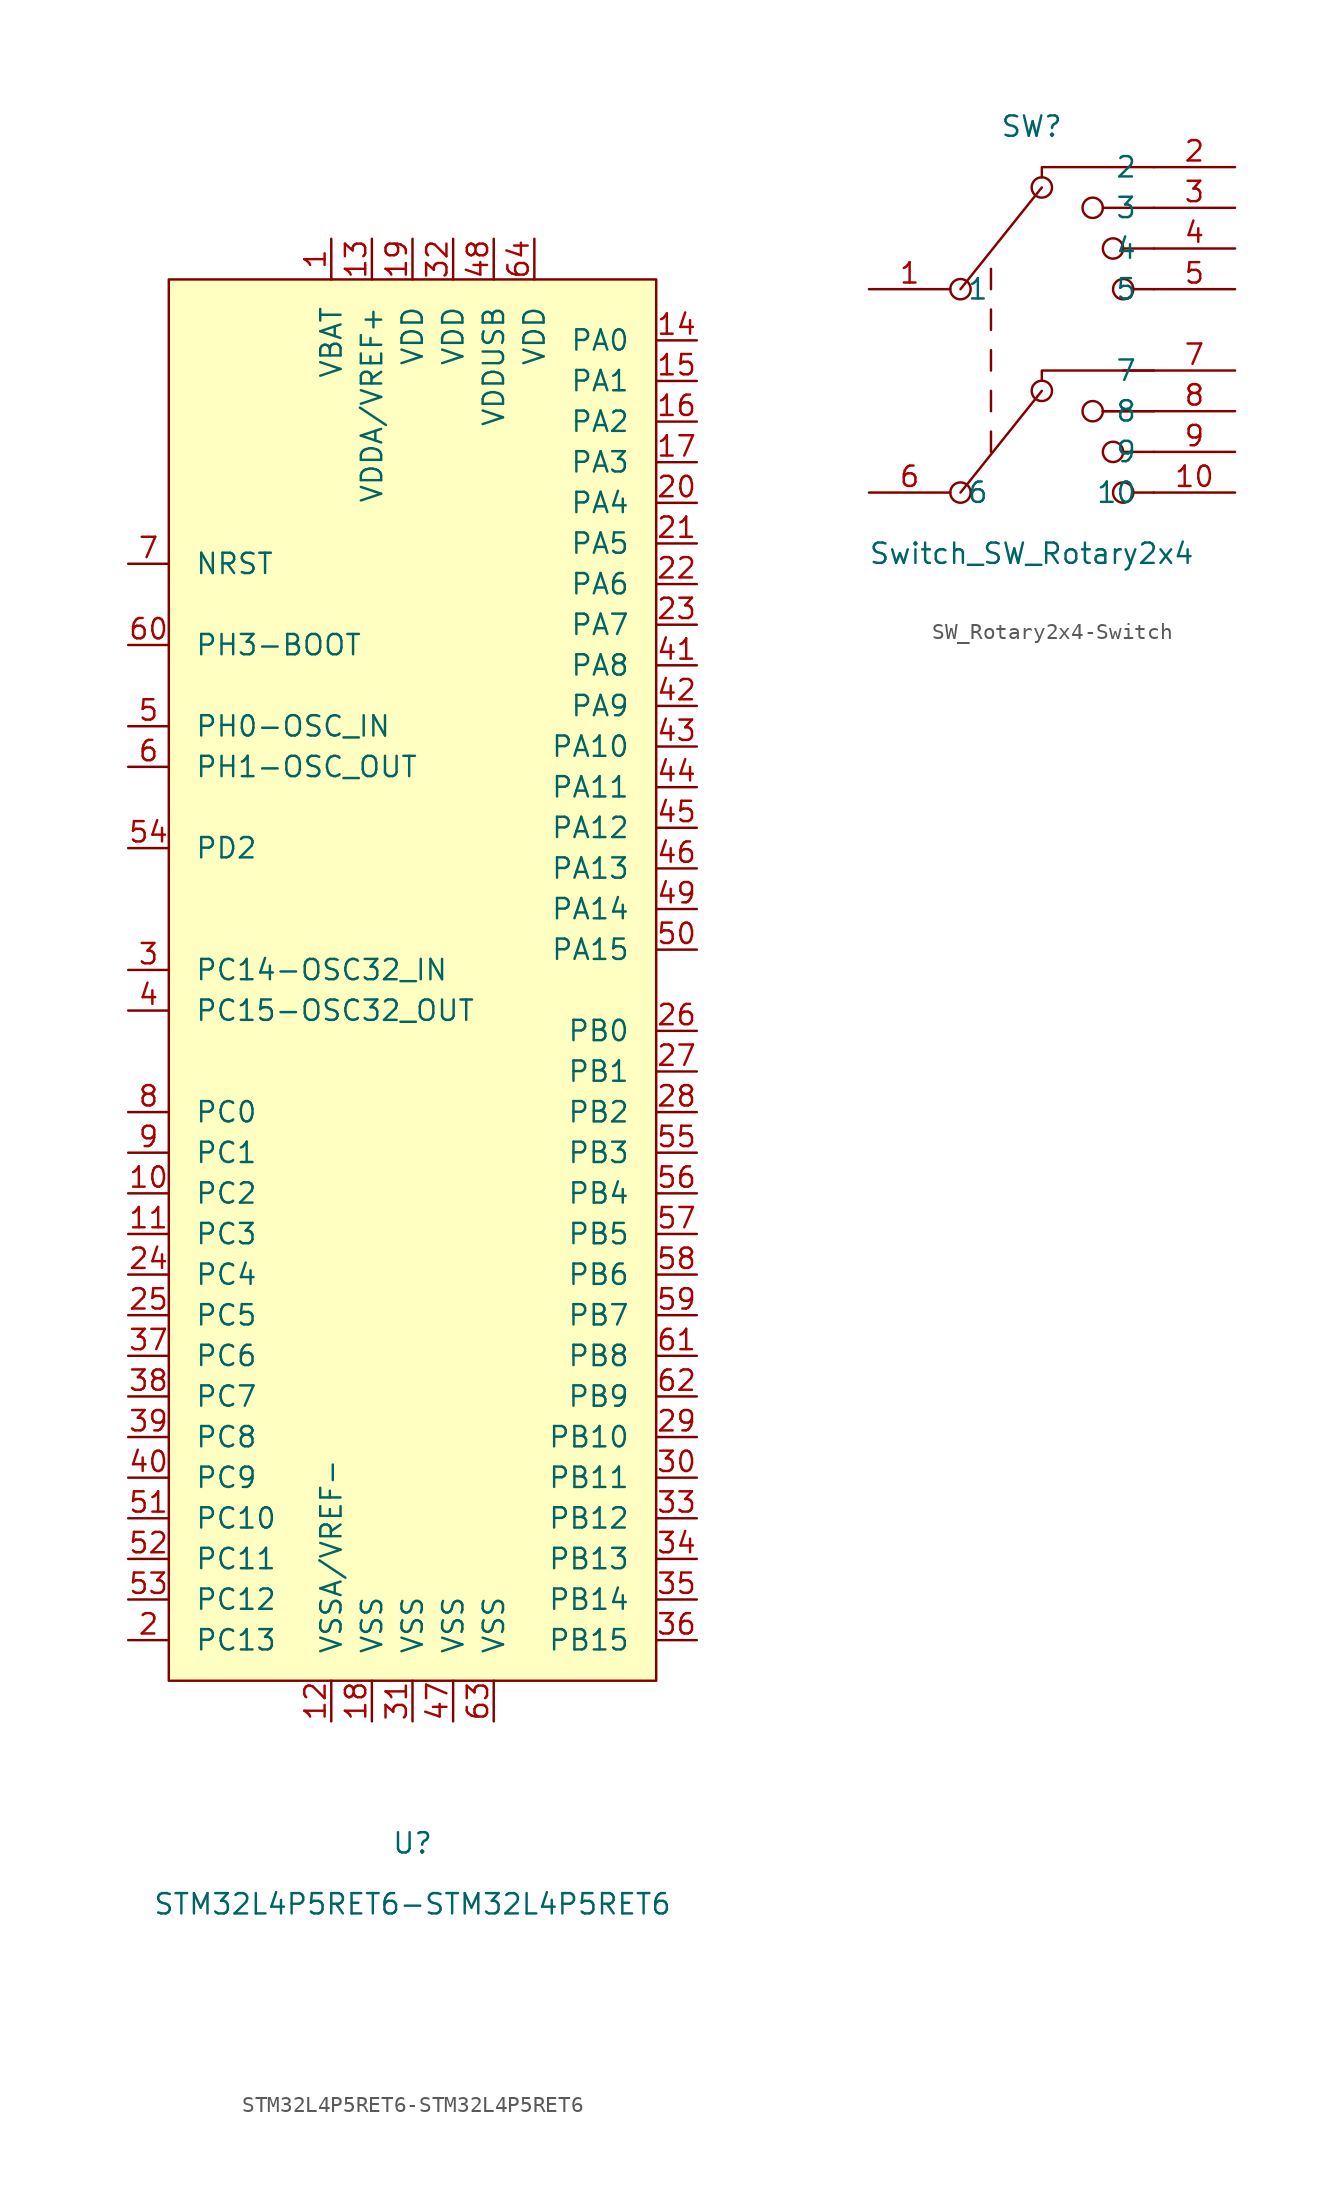
<source format=kicad_sym>
(kicad_symbol_lib
  (version 20220914)
  (generator kicad_symbol_editor)
  (symbol "STM32L4P5RET6-STM32L4P5RET6"
    (pin_names
      (offset 1.626))
    (property "Reference" "U"
      (at 0 -55.88 0)
      (effects (font (size 1.27 1.27))))
    (property "Value" "STM32L4P5RET6-STM32L4P5RET6"
      (at 0 -59.69 0)
      (effects (font (size 1.27 1.27))))
    (symbol "STM32L4P5RET6-STM32L4P5RET6_0_0"
      (pin unspecified line (at -5.08 44.45 270) (length 2.54) (name "VBAT" (effects (font (size 1.27 1.27)))) (number "1" (effects (font (size 1.27 1.27)))))
      (pin unspecified line (at -17.78 -15.24 0) (length 2.54) (name "PC2" (effects (font (size 1.27 1.27)))) (number "10" (effects (font (size 1.27 1.27)))))
      (pin unspecified line (at -17.78 -17.78 0) (length 2.54) (name "PC3" (effects (font (size 1.27 1.27)))) (number "11" (effects (font (size 1.27 1.27)))))
      (pin unspecified line (at -5.08 -48.26 90) (length 2.54) (name "VSSA/VREF-" (effects (font (size 1.27 1.27)))) (number "12" (effects (font (size 1.27 1.27)))))
      (pin unspecified line (at -2.54 44.45 270) (length 2.54) (name "VDDA/VREF+" (effects (font (size 1.27 1.27)))) (number "13" (effects (font (size 1.27 1.27)))))
      (pin unspecified line (at 17.78 38.1 180) (length 2.54) (name "PA0" (effects (font (size 1.27 1.27)))) (number "14" (effects (font (size 1.27 1.27)))))
      (pin unspecified line (at 17.78 35.56 180) (length 2.54) (name "PA1" (effects (font (size 1.27 1.27)))) (number "15" (effects (font (size 1.27 1.27)))))
      (pin unspecified line (at 17.78 33.02 180) (length 2.54) (name "PA2" (effects (font (size 1.27 1.27)))) (number "16" (effects (font (size 1.27 1.27)))))
      (pin unspecified line (at 17.78 30.48 180) (length 2.54) (name "PA3" (effects (font (size 1.27 1.27)))) (number "17" (effects (font (size 1.27 1.27)))))
      (pin unspecified line (at -2.54 -48.26 90) (length 2.54) (name "VSS" (effects (font (size 1.27 1.27)))) (number "18" (effects (font (size 1.27 1.27)))))
      (pin unspecified line (at 0 44.45 270) (length 2.54) (name "VDD" (effects (font (size 1.27 1.27)))) (number "19" (effects (font (size 1.27 1.27)))))
      (pin unspecified line (at -17.78 -43.18 0) (length 2.54) (name "PC13" (effects (font (size 1.27 1.27)))) (number "2" (effects (font (size 1.27 1.27)))))
      (pin unspecified line (at 17.78 27.94 180) (length 2.54) (name "PA4" (effects (font (size 1.27 1.27)))) (number "20" (effects (font (size 1.27 1.27)))))
      (pin unspecified line (at 17.78 25.4 180) (length 2.54) (name "PA5" (effects (font (size 1.27 1.27)))) (number "21" (effects (font (size 1.27 1.27)))))
      (pin unspecified line (at 17.78 22.86 180) (length 2.54) (name "PA6" (effects (font (size 1.27 1.27)))) (number "22" (effects (font (size 1.27 1.27)))))
      (pin unspecified line (at 17.78 20.32 180) (length 2.54) (name "PA7" (effects (font (size 1.27 1.27)))) (number "23" (effects (font (size 1.27 1.27)))))
      (pin unspecified line (at -17.78 -20.32 0) (length 2.54) (name "PC4" (effects (font (size 1.27 1.27)))) (number "24" (effects (font (size 1.27 1.27)))))
      (pin unspecified line (at -17.78 -22.86 0) (length 2.54) (name "PC5" (effects (font (size 1.27 1.27)))) (number "25" (effects (font (size 1.27 1.27)))))
      (pin unspecified line (at 17.78 -5.08 180) (length 2.54) (name "PB0" (effects (font (size 1.27 1.27)))) (number "26" (effects (font (size 1.27 1.27)))))
      (pin unspecified line (at 17.78 -7.62 180) (length 2.54) (name "PB1" (effects (font (size 1.27 1.27)))) (number "27" (effects (font (size 1.27 1.27)))))
      (pin unspecified line (at 17.78 -10.16 180) (length 2.54) (name "PB2" (effects (font (size 1.27 1.27)))) (number "28" (effects (font (size 1.27 1.27)))))
      (pin unspecified line (at 17.78 -30.48 180) (length 2.54) (name "PB10" (effects (font (size 1.27 1.27)))) (number "29" (effects (font (size 1.27 1.27)))))
      (pin unspecified line (at -17.78 -1.27 0) (length 2.54) (name "PC14-OSC32_IN" (effects (font (size 1.27 1.27)))) (number "3" (effects (font (size 1.27 1.27)))))
      (pin unspecified line (at 17.78 -33.02 180) (length 2.54) (name "PB11" (effects (font (size 1.27 1.27)))) (number "30" (effects (font (size 1.27 1.27)))))
      (pin unspecified line (at 0 -48.26 90) (length 2.54) (name "VSS" (effects (font (size 1.27 1.27)))) (number "31" (effects (font (size 1.27 1.27)))))
      (pin unspecified line (at 2.54 44.45 270) (length 2.54) (name "VDD" (effects (font (size 1.27 1.27)))) (number "32" (effects (font (size 1.27 1.27)))))
      (pin unspecified line (at 17.78 -35.56 180) (length 2.54) (name "PB12" (effects (font (size 1.27 1.27)))) (number "33" (effects (font (size 1.27 1.27)))))
      (pin unspecified line (at 17.78 -38.1 180) (length 2.54) (name "PB13" (effects (font (size 1.27 1.27)))) (number "34" (effects (font (size 1.27 1.27)))))
      (pin unspecified line (at 17.78 -40.64 180) (length 2.54) (name "PB14" (effects (font (size 1.27 1.27)))) (number "35" (effects (font (size 1.27 1.27)))))
      (pin unspecified line (at 17.78 -43.18 180) (length 2.54) (name "PB15" (effects (font (size 1.27 1.27)))) (number "36" (effects (font (size 1.27 1.27)))))
      (pin unspecified line (at -17.78 -25.4 0) (length 2.54) (name "PC6" (effects (font (size 1.27 1.27)))) (number "37" (effects (font (size 1.27 1.27)))))
      (pin unspecified line (at -17.78 -27.94 0) (length 2.54) (name "PC7" (effects (font (size 1.27 1.27)))) (number "38" (effects (font (size 1.27 1.27)))))
      (pin unspecified line (at -17.78 -30.48 0) (length 2.54) (name "PC8" (effects (font (size 1.27 1.27)))) (number "39" (effects (font (size 1.27 1.27)))))
      (pin unspecified line (at -17.78 -3.81 0) (length 2.54) (name "PC15-OSC32_OUT" (effects (font (size 1.27 1.27)))) (number "4" (effects (font (size 1.27 1.27)))))
      (pin unspecified line (at -17.78 -33.02 0) (length 2.54) (name "PC9" (effects (font (size 1.27 1.27)))) (number "40" (effects (font (size 1.27 1.27)))))
      (pin unspecified line (at 17.78 17.78 180) (length 2.54) (name "PA8" (effects (font (size 1.27 1.27)))) (number "41" (effects (font (size 1.27 1.27)))))
      (pin unspecified line (at 17.78 15.24 180) (length 2.54) (name "PA9" (effects (font (size 1.27 1.27)))) (number "42" (effects (font (size 1.27 1.27)))))
      (pin unspecified line (at 17.78 12.7 180) (length 2.54) (name "PA10" (effects (font (size 1.27 1.27)))) (number "43" (effects (font (size 1.27 1.27)))))
      (pin unspecified line (at 17.78 10.16 180) (length 2.54) (name "PA11" (effects (font (size 1.27 1.27)))) (number "44" (effects (font (size 1.27 1.27)))))
      (pin unspecified line (at 17.78 7.62 180) (length 2.54) (name "PA12" (effects (font (size 1.27 1.27)))) (number "45" (effects (font (size 1.27 1.27)))))
      (pin unspecified line (at 17.78 5.08 180) (length 2.54) (name "PA13" (effects (font (size 1.27 1.27)))) (number "46" (effects (font (size 1.27 1.27)))))
      (pin unspecified line (at 2.54 -48.26 90) (length 2.54) (name "VSS" (effects (font (size 1.27 1.27)))) (number "47" (effects (font (size 1.27 1.27)))))
      (pin unspecified line (at 5.08 44.45 270) (length 2.54) (name "VDDUSB" (effects (font (size 1.27 1.27)))) (number "48" (effects (font (size 1.27 1.27)))))
      (pin unspecified line (at 17.78 2.54 180) (length 2.54) (name "PA14" (effects (font (size 1.27 1.27)))) (number "49" (effects (font (size 1.27 1.27)))))
      (pin unspecified line (at -17.78 13.97 0) (length 2.54) (name "PH0-OSC_IN" (effects (font (size 1.27 1.27)))) (number "5" (effects (font (size 1.27 1.27)))))
      (pin unspecified line (at 17.78 0 180) (length 2.54) (name "PA15" (effects (font (size 1.27 1.27)))) (number "50" (effects (font (size 1.27 1.27)))))
      (pin unspecified line (at -17.78 -35.56 0) (length 2.54) (name "PC10" (effects (font (size 1.27 1.27)))) (number "51" (effects (font (size 1.27 1.27)))))
      (pin unspecified line (at -17.78 -38.1 0) (length 2.54) (name "PC11" (effects (font (size 1.27 1.27)))) (number "52" (effects (font (size 1.27 1.27)))))
      (pin unspecified line (at -17.78 -40.64 0) (length 2.54) (name "PC12" (effects (font (size 1.27 1.27)))) (number "53" (effects (font (size 1.27 1.27)))))
      (pin unspecified line (at -17.78 6.35 0) (length 2.54) (name "PD2" (effects (font (size 1.27 1.27)))) (number "54" (effects (font (size 1.27 1.27)))))
      (pin unspecified line (at 17.78 -12.7 180) (length 2.54) (name "PB3" (effects (font (size 1.27 1.27)))) (number "55" (effects (font (size 1.27 1.27)))))
      (pin unspecified line (at 17.78 -15.24 180) (length 2.54) (name "PB4" (effects (font (size 1.27 1.27)))) (number "56" (effects (font (size 1.27 1.27)))))
      (pin unspecified line (at 17.78 -17.78 180) (length 2.54) (name "PB5" (effects (font (size 1.27 1.27)))) (number "57" (effects (font (size 1.27 1.27)))))
      (pin unspecified line (at 17.78 -20.32 180) (length 2.54) (name "PB6" (effects (font (size 1.27 1.27)))) (number "58" (effects (font (size 1.27 1.27)))))
      (pin unspecified line (at 17.78 -22.86 180) (length 2.54) (name "PB7" (effects (font (size 1.27 1.27)))) (number "59" (effects (font (size 1.27 1.27)))))
      (pin unspecified line (at -17.78 11.43 0) (length 2.54) (name "PH1-OSC_OUT" (effects (font (size 1.27 1.27)))) (number "6" (effects (font (size 1.27 1.27)))))
      (pin unspecified line (at -17.78 19.05 0) (length 2.54) (name "PH3-BOOT" (effects (font (size 1.27 1.27)))) (number "60" (effects (font (size 1.27 1.27)))))
      (pin unspecified line (at 17.78 -25.4 180) (length 2.54) (name "PB8" (effects (font (size 1.27 1.27)))) (number "61" (effects (font (size 1.27 1.27)))))
      (pin unspecified line (at 17.78 -27.94 180) (length 2.54) (name "PB9" (effects (font (size 1.27 1.27)))) (number "62" (effects (font (size 1.27 1.27)))))
      (pin unspecified line (at 5.08 -48.26 90) (length 2.54) (name "VSS" (effects (font (size 1.27 1.27)))) (number "63" (effects (font (size 1.27 1.27)))))
      (pin unspecified line (at 7.62 44.45 270) (length 2.54) (name "VDD" (effects (font (size 1.27 1.27)))) (number "64" (effects (font (size 1.27 1.27)))))
      (pin unspecified line (at -17.78 24.13 0) (length 2.54) (name "NRST" (effects (font (size 1.27 1.27)))) (number "7" (effects (font (size 1.27 1.27)))))
      (pin unspecified line (at -17.78 -10.16 0) (length 2.54) (name "PC0" (effects (font (size 1.27 1.27)))) (number "8" (effects (font (size 1.27 1.27)))))
      (pin unspecified line (at -17.78 -12.7 0) (length 2.54) (name "PC1" (effects (font (size 1.27 1.27)))) (number "9" (effects (font (size 1.27 1.27))))))
    (symbol "STM32L4P5RET6-STM32L4P5RET6_0_1"
      (rectangle (start 15.24 41.91) (end -15.24 -45.72) (stroke (width 0) (type solid)) (fill (type background)))))
  (symbol "SW_Rotary2x4-Switch"
    (pin_names
      (offset 1.016))
    (property "Reference" "SW"
      (at 0 11.43 0)
      (effects (font (size 1.27 1.27))))
    (property "Value" "Switch_SW_Rotary2x4"
      (at 0 -15.24 0)
      (effects (font (size 1.27 1.27))))
    (symbol "SW_Rotary2x4-Switch_1_1"
      (circle (center -4.445 -11.43) (radius 0.635) (stroke (width 0) (type solid)) (fill (type none)))
      (circle (center -4.445 1.27) (radius 0.635) (stroke (width 0) (type solid)) (fill (type none)))
      (polyline (pts (xy -4.445 -11.43) (xy 0.635 -5.08)) (stroke (width 0) (type solid)) (fill (type none)))
      (polyline (pts (xy -4.445 1.27) (xy 0.635 7.62)) (stroke (width 0) (type solid)) (fill (type none)))
      (polyline (pts (xy -2.54 -8.89) (xy -2.54 -7.62)) (stroke (width 0) (type solid)) (fill (type none)))
      (polyline (pts (xy -2.54 -6.35) (xy -2.54 -5.08)) (stroke (width 0) (type solid)) (fill (type none)))
      (polyline (pts (xy -2.54 -3.81) (xy -2.54 -2.54)) (stroke (width 0) (type solid)) (fill (type none)))
      (polyline (pts (xy -2.54 -1.27) (xy -2.54 0)) (stroke (width 0) (type solid)) (fill (type none)))
      (polyline (pts (xy -2.54 1.27) (xy -2.54 2.54)) (stroke (width 0) (type solid)) (fill (type none)))
      (polyline (pts (xy 4.445 -6.35) (xy 7.62 -6.35)) (stroke (width 0) (type solid)) (fill (type none)))
      (polyline (pts (xy 4.445 6.35) (xy 7.62 6.35)) (stroke (width 0) (type solid)) (fill (type none)))
      (polyline (pts (xy 5.715 -8.89) (xy 7.62 -8.89)) (stroke (width 0) (type solid)) (fill (type none)))
      (polyline (pts (xy 5.715 -3.81) (xy 7.62 -3.81)) (stroke (width 0) (type solid)) (fill (type none)))
      (polyline (pts (xy 5.715 3.81) (xy 7.62 3.81)) (stroke (width 0) (type solid)) (fill (type none)))
      (polyline (pts (xy 6.35 -11.43) (xy 7.62 -11.43)) (stroke (width 0) (type solid)) (fill (type none)))
      (polyline (pts (xy 6.35 1.27) (xy 7.62 1.27)) (stroke (width 0) (type solid)) (fill (type none)))
      (polyline (pts (xy 7.62 -6.35) (xy 4.445 -6.35)) (stroke (width 0) (type solid)) (fill (type none)))
      (polyline (pts (xy 0.635 -4.445) (xy 0.635 -3.81) (xy 7.62 -3.81)) (stroke (width 0) (type solid)) (fill (type none)))
      (polyline (pts (xy 0.635 8.255) (xy 0.635 8.89) (xy 7.62 8.89)) (stroke (width 0) (type solid)) (fill (type none)))
      (circle (center 0.635 -5.08) (radius 0.635) (stroke (width 0) (type solid)) (fill (type none)))
      (circle (center 0.635 7.62) (radius 0.635) (stroke (width 0) (type solid)) (fill (type none)))
      (circle (center 3.81 -6.35) (radius 0.635) (stroke (width 0) (type solid)) (fill (type none)))
      (circle (center 3.81 6.35) (radius 0.635) (stroke (width 0) (type solid)) (fill (type none)))
      (circle (center 5.08 -8.89) (radius 0.635) (stroke (width 0) (type solid)) (fill (type none)))
      (circle (center 5.08 3.81) (radius 0.635) (stroke (width 0) (type solid)) (fill (type none)))
      (circle (center 5.715 -11.43) (radius 0.635) (stroke (width 0) (type solid)) (fill (type none)))
      (circle (center 5.715 1.27) (radius 0.635) (stroke (width 0) (type solid)) (fill (type none)))
      (pin passive line (at -10.16 1.27 0) (length 5.08) (name "1" (effects (font (size 1.27 1.27)))) (number "1" (effects (font (size 1.27 1.27)))))
      (pin passive line (at 12.7 -11.43 180) (length 5.08) (name "10" (effects (font (size 1.27 1.27)))) (number "10" (effects (font (size 1.27 1.27)))))
      (pin passive line (at 12.7 8.89 180) (length 5.08) (name "2" (effects (font (size 1.27 1.27)))) (number "2" (effects (font (size 1.27 1.27)))))
      (pin passive line (at 12.7 6.35 180) (length 5.08) (name "3" (effects (font (size 1.27 1.27)))) (number "3" (effects (font (size 1.27 1.27)))))
      (pin passive line (at 12.7 3.81 180) (length 5.08) (name "4" (effects (font (size 1.27 1.27)))) (number "4" (effects (font (size 1.27 1.27)))))
      (pin passive line (at 12.7 1.27 180) (length 5.08) (name "5" (effects (font (size 1.27 1.27)))) (number "5" (effects (font (size 1.27 1.27)))))
      (pin passive line (at -10.16 -11.43 0) (length 5.08) (name "6" (effects (font (size 1.27 1.27)))) (number "6" (effects (font (size 1.27 1.27)))))
      (pin passive line (at 12.7 -3.81 180) (length 5.08) (name "7" (effects (font (size 1.27 1.27)))) (number "7" (effects (font (size 1.27 1.27)))))
      (pin passive line (at 12.7 -6.35 180) (length 5.08) (name "8" (effects (font (size 1.27 1.27)))) (number "8" (effects (font (size 1.27 1.27)))))
      (pin passive line (at 12.7 -8.89 180) (length 5.08) (name "9" (effects (font (size 1.27 1.27)))) (number "9" (effects (font (size 1.27 1.27))))))))
</source>
